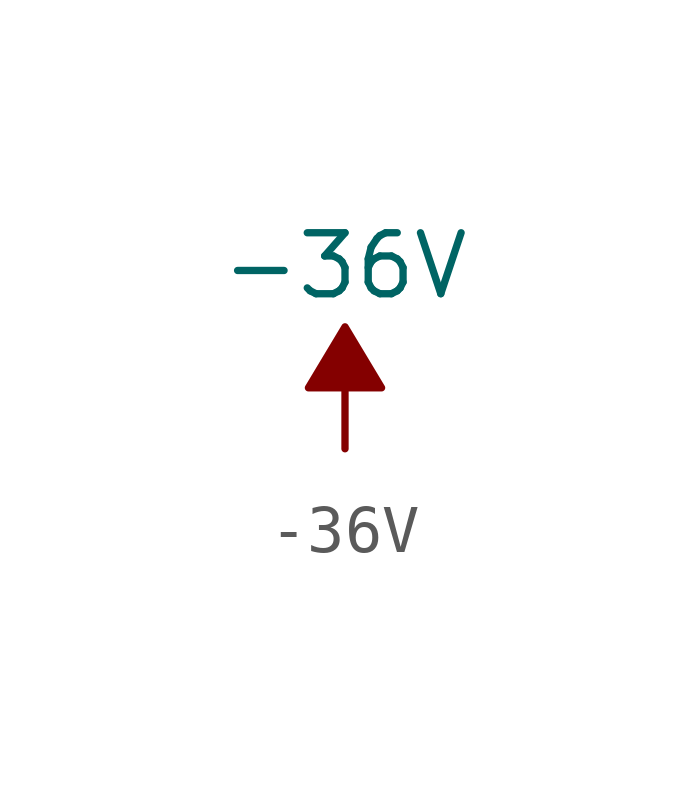
<source format=kicad_sym>
(kicad_symbol_lib
  (version 20220914)
  (generator kicad_symbol_editor)
  (symbol "-36V"
    (power)
    (pin_names
      (offset 0))
    (property "Reference" "#PWR"
      (at 0 2.54 0)
      (effects (font (size 1.27 1.27)) hide))
    (property "Value" "-36V"
      (at 0 3.81 0)
      (effects (font (size 1.27 1.27))))
    (symbol "-36V_0_0"
      (pin power_in line (at 0 0 90) (length 0) hide (name "-36V" (effects (font (size 1.27 1.27)))) (number "1" (effects (font (size 1.27 1.27))))))
    (symbol "-36V_0_1"
      (polyline (pts (xy 0 0) (xy 0 1.27) (xy 0.762 1.27) (xy 0 2.54) (xy -0.762 1.27) (xy 0 1.27)) (stroke (width 0) (type solid)) (fill (type outline))))))
</source>
